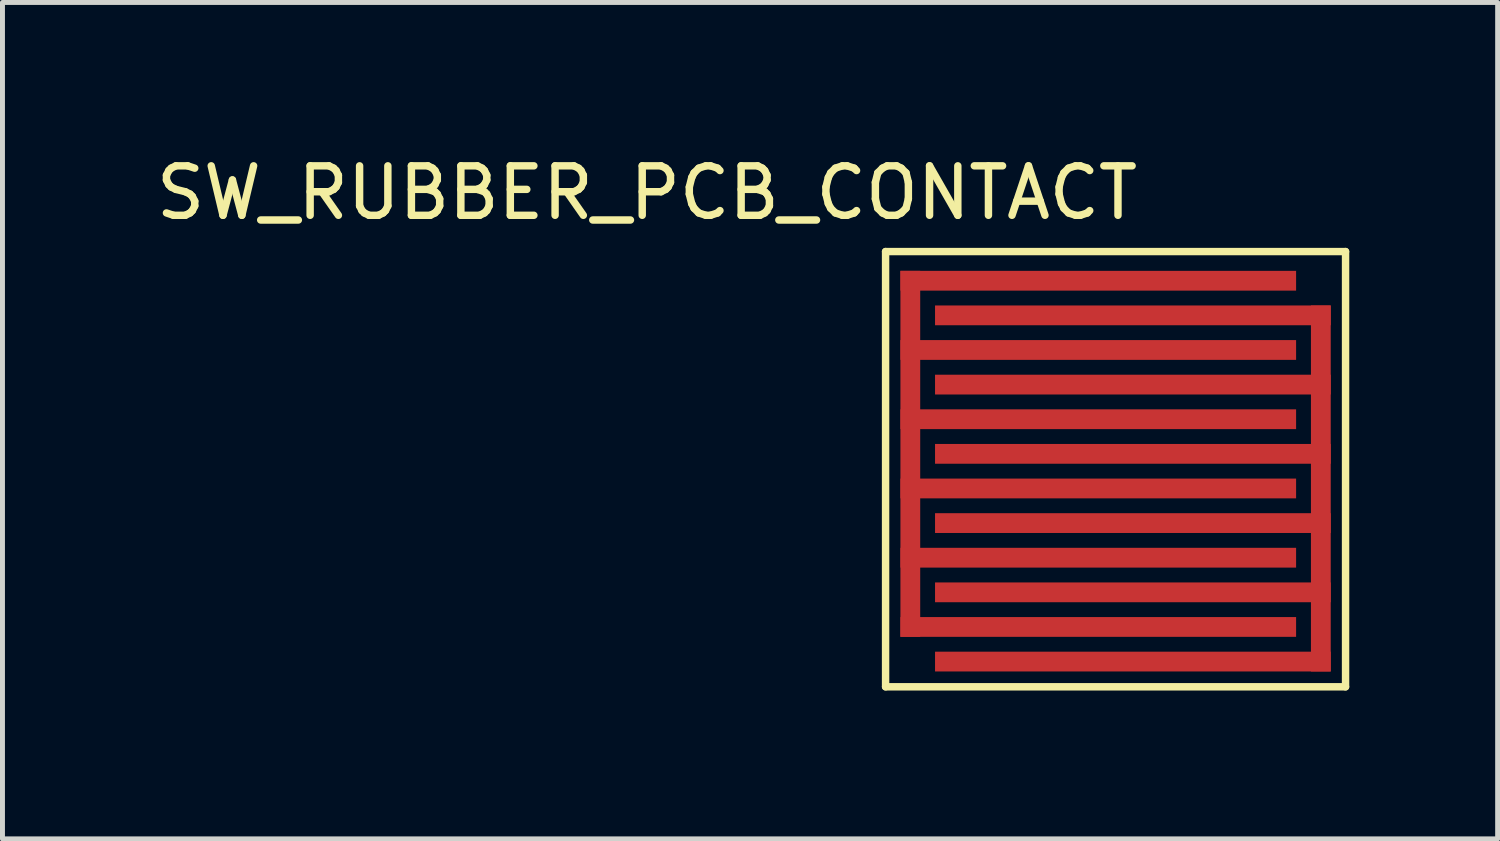
<source format=kicad_pcb>
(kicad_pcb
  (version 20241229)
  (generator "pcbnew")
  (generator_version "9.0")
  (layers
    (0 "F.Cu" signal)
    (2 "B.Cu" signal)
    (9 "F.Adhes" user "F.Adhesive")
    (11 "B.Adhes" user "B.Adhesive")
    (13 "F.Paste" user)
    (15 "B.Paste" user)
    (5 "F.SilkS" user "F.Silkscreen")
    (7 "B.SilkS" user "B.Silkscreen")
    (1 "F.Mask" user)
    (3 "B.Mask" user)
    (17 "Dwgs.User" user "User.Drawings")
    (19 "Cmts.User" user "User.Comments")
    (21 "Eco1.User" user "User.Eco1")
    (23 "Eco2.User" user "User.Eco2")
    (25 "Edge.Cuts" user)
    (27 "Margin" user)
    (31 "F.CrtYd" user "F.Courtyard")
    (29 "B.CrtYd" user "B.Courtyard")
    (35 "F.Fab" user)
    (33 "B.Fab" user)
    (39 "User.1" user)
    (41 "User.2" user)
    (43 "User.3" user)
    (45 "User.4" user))
  (footprint "SW_RUBBER_PCB_CONTACT"
    (layer "F.Cu")
    (at 19.555 6.436)
    (property "Reference" "SW_RUBBER_PCB_CONTACT" (at -9.525 -5.588 0) (layer "F.SilkS") (effects (font (size 1 1) (thickness 0.15))))
    (attr through_hole)
    (fp_line (start -4.7 -4.4) (end 4.6 -4.4) (stroke (width 0.15) (type solid)) (layer "F.SilkS"))
    (fp_line (start -4.7 4.4) (end -4.7 -4.4) (stroke (width 0.15) (type solid)) (layer "F.SilkS"))
    (fp_line (start 4.6 -4.4) (end 4.6 4.4) (stroke (width 0.15) (type solid)) (layer "F.SilkS"))
    (fp_line (start 4.6 4.4) (end -4.7 4.4) (stroke (width 0.15) (type solid)) (layer "F.SilkS"))
    (pad "" smd rect (at -0.4 -3.81) (size 8 0.4) (layers "F.Cu" "F.Mask" "F.Paste"))
    (pad "" smd rect (at -0.4 -2.41) (size 8 0.4) (layers "F.Cu" "F.Mask" "F.Paste"))
    (pad "" smd rect (at -0.4 -1.01) (size 8 0.4) (layers "F.Cu" "F.Mask" "F.Paste"))
    (pad "" smd rect (at -0.4 0.39) (size 8 0.4) (layers "F.Cu" "F.Mask" "F.Paste"))
    (pad "" smd rect (at -0.4 1.79) (size 8 0.4) (layers "F.Cu" "F.Mask" "F.Paste"))
    (pad "" smd rect (at -0.4 3.19) (size 8 0.4) (layers "F.Cu" "F.Mask" "F.Paste"))
    (pad "" smd rect (at 0.3 -3.11) (size 8 0.4) (layers "F.Cu" "F.Mask" "F.Paste"))
    (pad "" smd rect (at 0.3 -1.71) (size 8 0.4) (layers "F.Cu" "F.Mask" "F.Paste"))
    (pad "" smd rect (at 0.3 -0.31) (size 8 0.4) (layers "F.Cu" "F.Mask" "F.Paste"))
    (pad "" smd rect (at 0.3 1.09) (size 8 0.4) (layers "F.Cu" "F.Mask" "F.Paste"))
    (pad "" smd rect (at 0.3 2.49) (size 8 0.4) (layers "F.Cu" "F.Mask" "F.Paste"))
    (pad "" smd rect (at 0.3 3.89) (size 8 0.4) (layers "F.Cu" "F.Mask" "F.Paste"))
    (pad "1" smd rect (at -4.2 -0.31) (size 0.4 7.4) (layers "F.Cu" "F.Mask" "F.Paste"))
    (pad "2" smd rect (at 4.1 0.39) (size 0.4 7.4) (layers "F.Cu" "F.Mask" "F.Paste")))
  (gr_rect
    (start -3 -3)
    (end 27.23 13.911)
    (stroke (width 0.1) (type default))
    (fill no)
    (layer "Edge.Cuts")))
</source>
